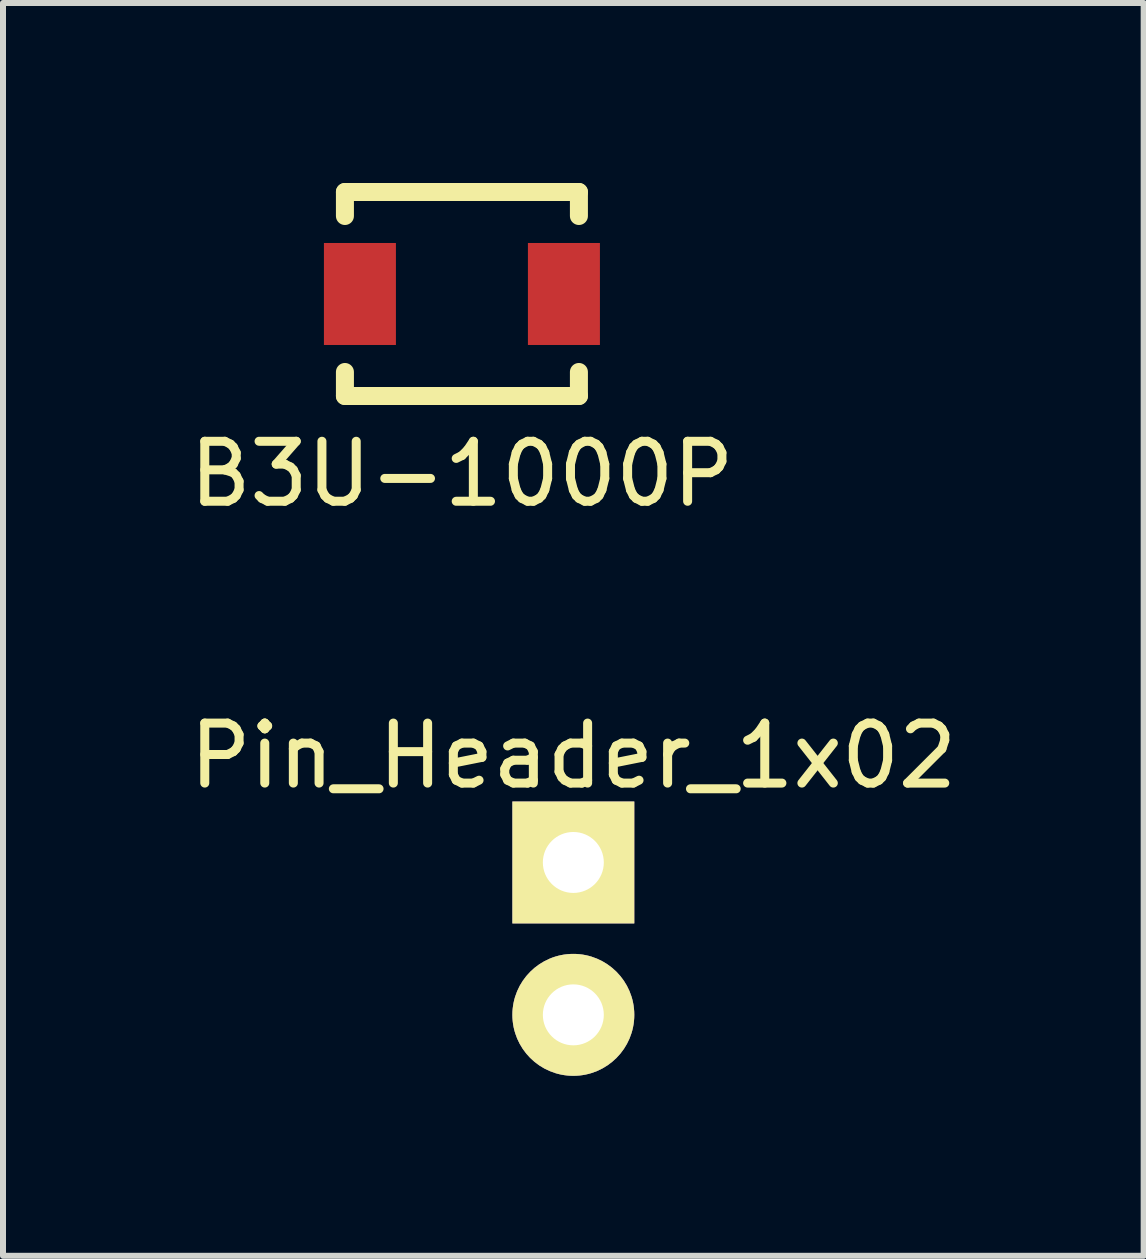
<source format=kicad_pcb>
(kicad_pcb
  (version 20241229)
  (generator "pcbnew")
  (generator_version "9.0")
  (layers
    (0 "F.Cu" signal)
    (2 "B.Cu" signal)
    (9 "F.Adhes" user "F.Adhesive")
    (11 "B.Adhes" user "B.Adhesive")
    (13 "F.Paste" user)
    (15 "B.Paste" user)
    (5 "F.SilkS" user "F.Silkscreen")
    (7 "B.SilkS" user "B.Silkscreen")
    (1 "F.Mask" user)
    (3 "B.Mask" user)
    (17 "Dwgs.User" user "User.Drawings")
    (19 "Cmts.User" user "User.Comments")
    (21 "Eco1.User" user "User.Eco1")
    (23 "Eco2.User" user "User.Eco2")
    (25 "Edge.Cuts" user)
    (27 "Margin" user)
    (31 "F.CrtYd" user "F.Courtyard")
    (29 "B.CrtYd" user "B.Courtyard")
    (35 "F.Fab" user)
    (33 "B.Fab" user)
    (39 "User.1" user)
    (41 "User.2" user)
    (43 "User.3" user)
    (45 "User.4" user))
  (footprint "B3U-1000P"
    (placed yes)
    (layer "F.Cu")
    (at 4.649 1.85)
    (property "Reference" "B3U-1000P" (at 0 3 0) (layer "F.SilkS") (effects (font (size 1 1) (thickness 0.15))))
    (attr through_hole)
    (fp_line (start -1.95 -1.7) (end -1.95 -1.3) (stroke (width 0.3) (type solid)) (layer "F.SilkS"))
    (fp_line (start -1.95 -1.7) (end 1.95 -1.7) (stroke (width 0.3) (type solid)) (layer "F.SilkS"))
    (fp_line (start -1.95 1.3) (end -1.95 1.7) (stroke (width 0.3) (type solid)) (layer "F.SilkS"))
    (fp_line (start -1.95 1.7) (end 1.95 1.7) (stroke (width 0.3) (type solid)) (layer "F.SilkS"))
    (fp_line (start 1.95 -1.7) (end 1.95 -1.3) (stroke (width 0.3) (type solid)) (layer "F.SilkS"))
    (fp_line (start 1.95 1.3) (end 1.95 1.7) (stroke (width 0.3) (type solid)) (layer "F.SilkS"))
    (pad "1" smd rect (at -1.7 0) (size 1.2 1.7) (layers "F.Cu" "F.Mask" "F.Paste"))
    (pad "2" smd rect (at 1.7 0) (size 1.2 1.7) (layers "F.Cu" "F.Mask" "F.Paste")))
  (footprint "Pin_Header_1x02"
    (placed yes)
    (layer "F.Cu")
    (at 6.506 11.325)
    (property "Reference" "Pin_Header_1x02" (at 0 -1.778 0) (layer "F.SilkS") (effects (font (size 1 1) (thickness 0.15))))
    (attr through_hole)
    (pad "1" thru_hole rect (at 0 0) (size 2.032 2.032) (drill 1.016) (layers "*.Cu" "*.Mask" "F.SilkS"))
    (pad "2" thru_hole oval (at 0 2.54) (size 2.032 2.032) (drill 1.016) (layers "*.Cu" "*.Mask" "F.SilkS")))
  (gr_rect
    (start -3 -3)
    (end 16.012 17.881)
    (stroke (width 0.1) (type default))
    (fill no)
    (layer "Edge.Cuts")))
</source>
